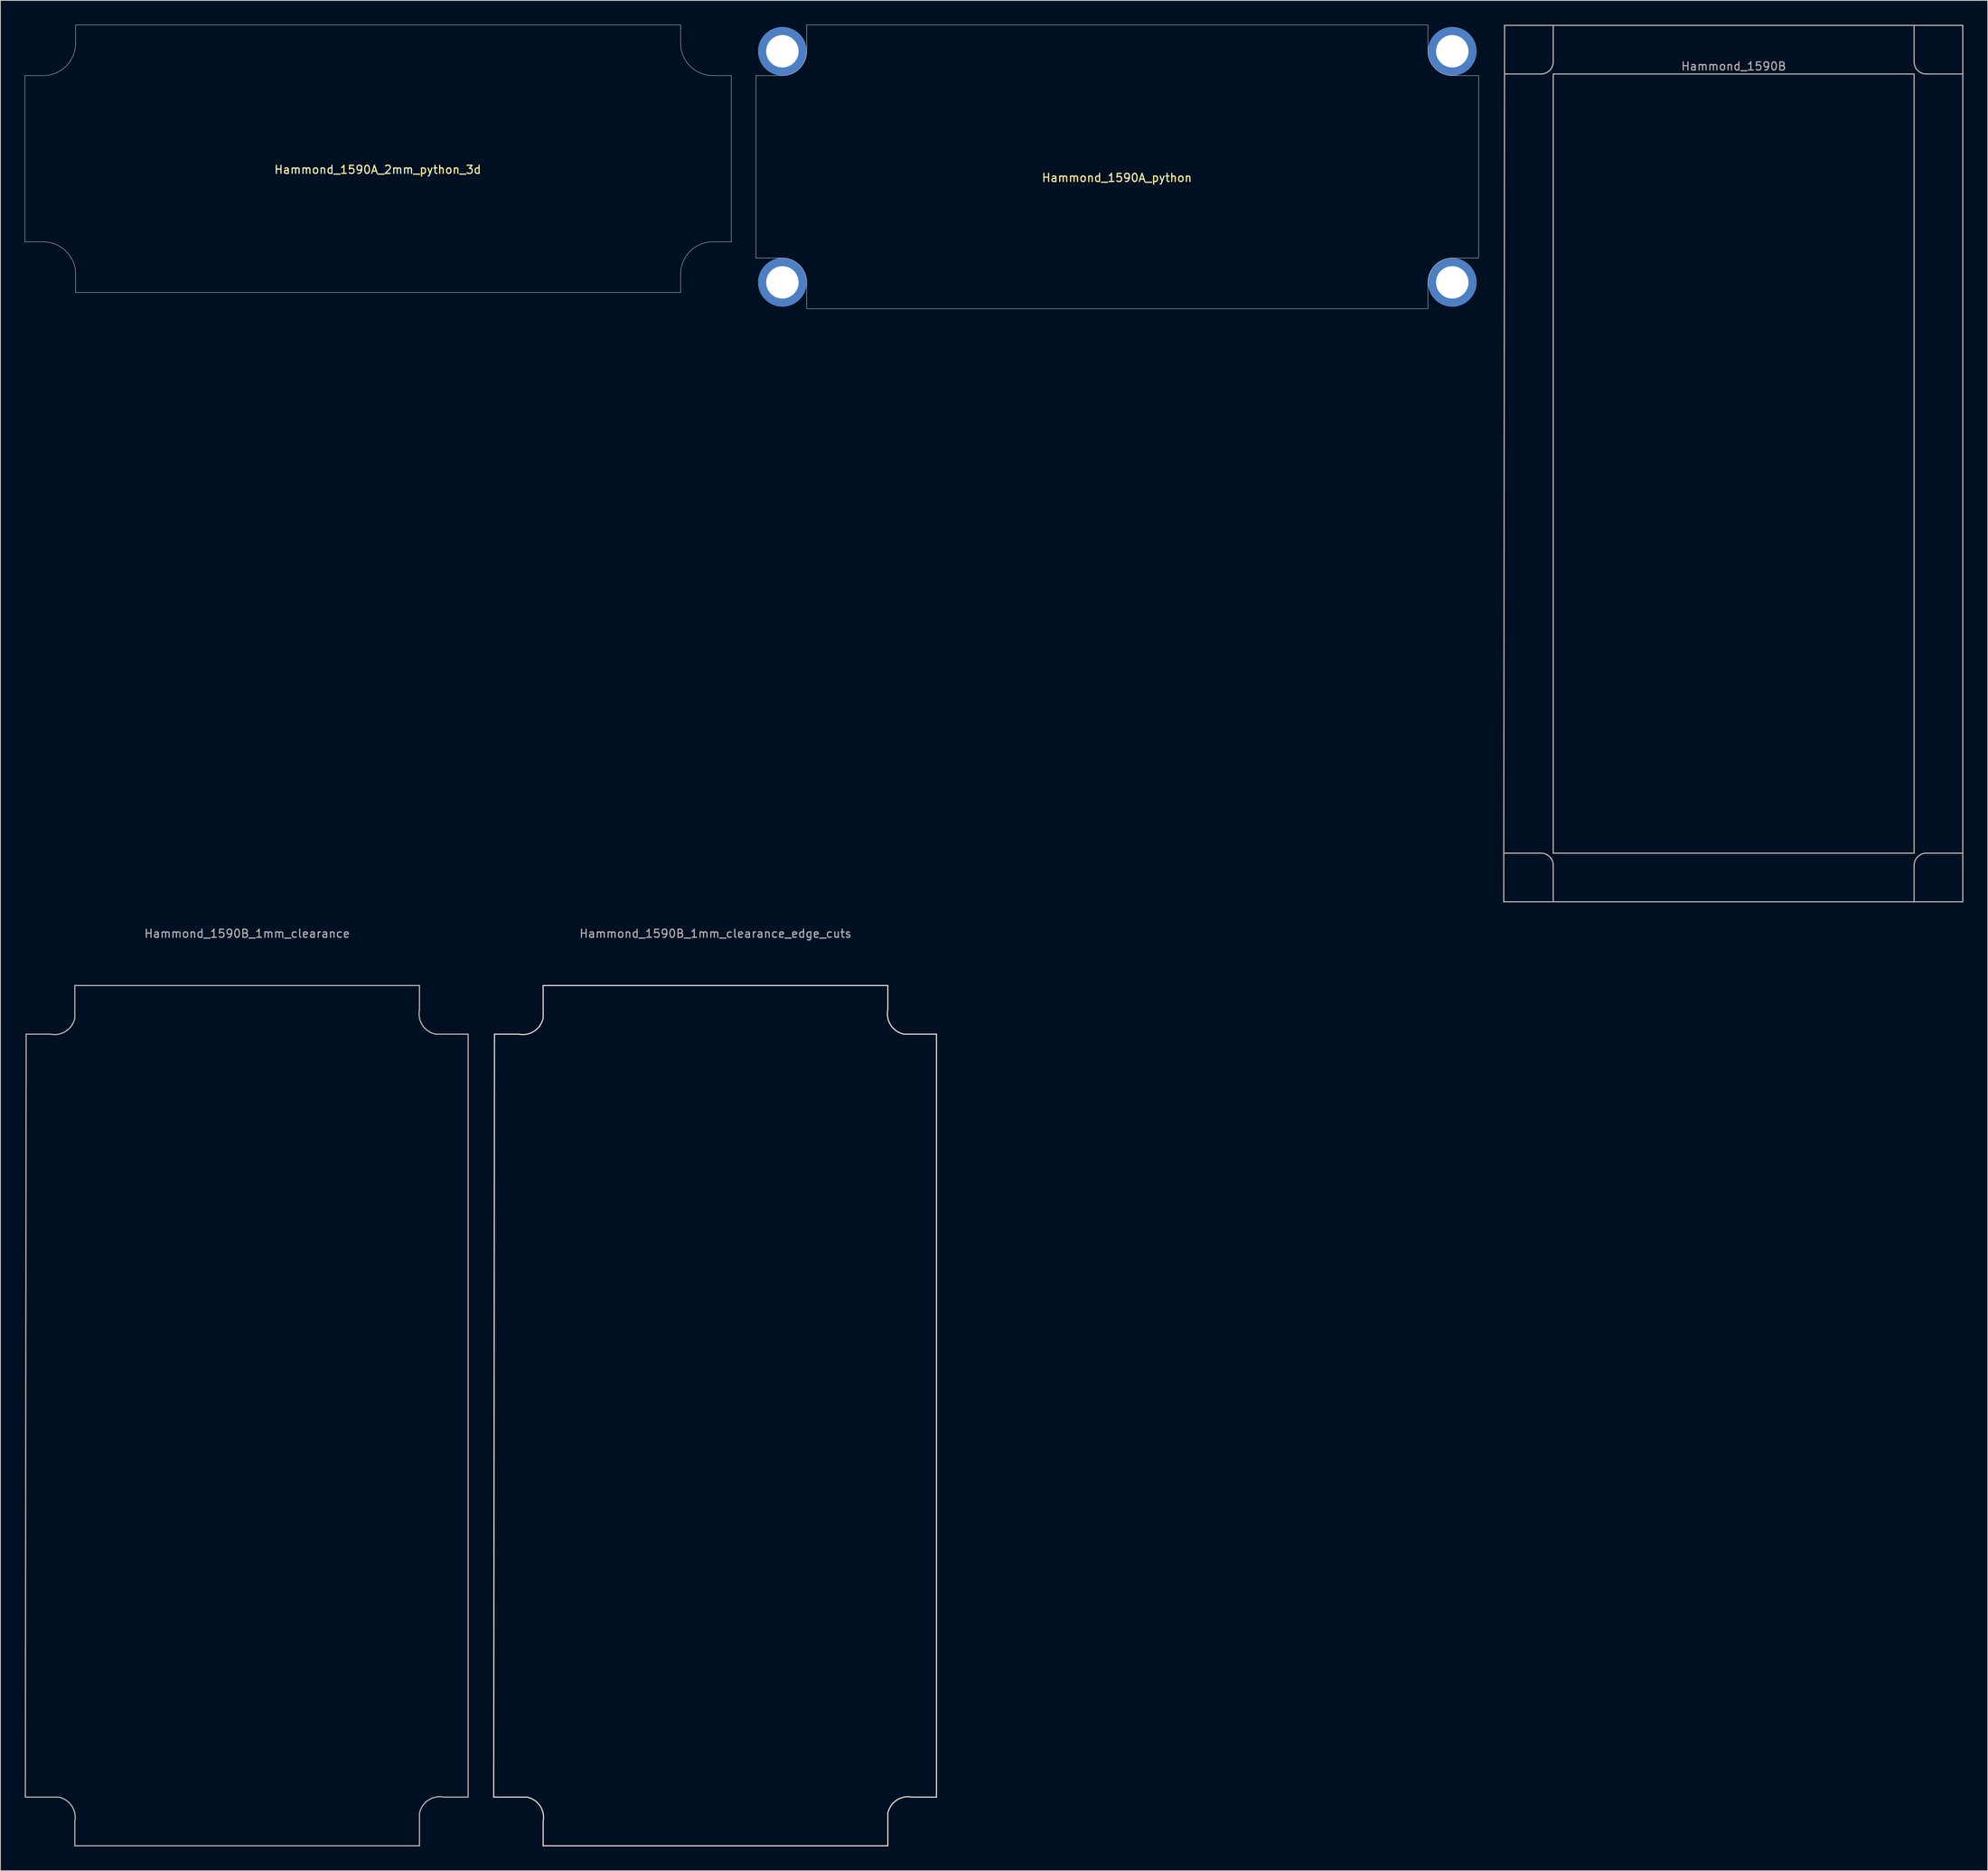
<source format=kicad_pcb>
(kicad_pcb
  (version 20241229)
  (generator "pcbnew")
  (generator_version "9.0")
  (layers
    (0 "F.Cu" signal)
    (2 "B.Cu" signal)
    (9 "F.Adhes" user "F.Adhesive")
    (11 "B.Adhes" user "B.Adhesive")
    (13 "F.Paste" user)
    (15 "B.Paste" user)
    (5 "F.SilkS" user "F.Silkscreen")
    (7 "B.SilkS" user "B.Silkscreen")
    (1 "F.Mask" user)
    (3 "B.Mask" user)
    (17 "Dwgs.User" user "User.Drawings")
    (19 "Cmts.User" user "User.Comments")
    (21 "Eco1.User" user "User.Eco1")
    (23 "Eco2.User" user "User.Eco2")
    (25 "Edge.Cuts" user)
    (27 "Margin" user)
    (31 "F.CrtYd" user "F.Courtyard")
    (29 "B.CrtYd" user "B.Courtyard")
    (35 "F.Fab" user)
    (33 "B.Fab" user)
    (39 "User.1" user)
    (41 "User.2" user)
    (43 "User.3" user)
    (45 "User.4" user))
  (footprint "Hammond_1590A_2mm_python_3d"
    (layer "F.Cu")
    (at 43.575 16.525)
    (property "Reference" "Hammond_1590A_2mm_python_3d" (at -0.05 1.35 0) (layer "F.SilkS") (effects (font (size 1 1) (thickness 0.15))))
    (attr through_hole)
    (fp_line (start -43.55 -10.25) (end -43.55 10.25) (stroke (width 0.05) (type solid)) (layer "Edge.Cuts"))
    (fp_line (start -41.3 -10.25) (end -43.55 -10.25) (stroke (width 0.05) (type solid)) (layer "Edge.Cuts"))
    (fp_line (start -41.3 10.25) (end -43.55 10.25) (stroke (width 0.05) (type solid)) (layer "Edge.Cuts"))
    (fp_line (start -37.3 -16.5) (end 37.3 -16.5) (stroke (width 0.05) (type solid)) (layer "Edge.Cuts"))
    (fp_line (start -37.3 -14.25) (end -37.3 -16.5) (stroke (width 0.05) (type solid)) (layer "Edge.Cuts"))
    (fp_line (start -37.3 14.25) (end -37.3 16.5) (stroke (width 0.05) (type solid)) (layer "Edge.Cuts"))
    (fp_line (start -37.3 16.5) (end 37.3 16.5) (stroke (width 0.05) (type solid)) (layer "Edge.Cuts"))
    (fp_line (start 37.3 -14.25) (end 37.3 -16.5) (stroke (width 0.05) (type solid)) (layer "Edge.Cuts"))
    (fp_line (start 37.3 14.25) (end 37.3 16.5) (stroke (width 0.05) (type solid)) (layer "Edge.Cuts"))
    (fp_line (start 41.3 -10.25) (end 43.55 -10.25) (stroke (width 0.05) (type solid)) (layer "Edge.Cuts"))
    (fp_line (start 41.3 10.25) (end 43.55 10.25) (stroke (width 0.05) (type solid)) (layer "Edge.Cuts"))
    (fp_line (start 43.55 -10.25) (end 43.55 10.25) (stroke (width 0.05) (type solid)) (layer "Edge.Cuts"))
    (fp_arc (start -41.3 10.25) (mid -38.471573 11.421573) (end -37.3 14.25) (stroke (width 0.05) (type solid)) (layer "Edge.Cuts"))
    (fp_arc (start -37.3 -14.25) (mid -38.471573 -11.421573) (end -41.3 -10.25) (stroke (width 0.05) (type solid)) (layer "Edge.Cuts"))
    (fp_arc (start 37.3 14.25) (mid 38.471573 11.421573) (end 41.3 10.25) (stroke (width 0.05) (type solid)) (layer "Edge.Cuts"))
    (fp_arc (start 41.3 -10.25) (mid 38.471573 -11.421573) (end 37.3 -14.25) (stroke (width 0.05) (type solid)) (layer "Edge.Cuts")))
  (footprint "Hammond_1590B"
    (layer "F.Cu")
    (at 210.725 54.125)
    (property "Reference" "Hammond_1590B" (at 0 -49 0) (layer "F.Fab") (effects (font (size 1 1) (thickness 0.15))))
    (attr through_hole)
    (fp_line (start -28.35 54.05) (end 28.25 54.05) (stroke (width 0.15) (type solid)) (layer "F.Fab"))
    (fp_line (start -28.25 -54.05) (end -28.35 54.05) (stroke (width 0.15) (type solid)) (layer "F.Fab"))
    (fp_line (start -23.75 -48.05) (end -28.25 -48.05) (stroke (width 0.15) (type solid)) (layer "F.Fab"))
    (fp_line (start -23.75 48.05) (end -28.35 48.05) (stroke (width 0.15) (type solid)) (layer "F.Fab"))
    (fp_line (start -22.25 -49.55) (end -22.25 -54.05) (stroke (width 0.15) (type solid)) (layer "F.Fab"))
    (fp_line (start -22.25 -48.05) (end -22.25 48.05) (stroke (width 0.15) (type solid)) (layer "F.Fab"))
    (fp_line (start -22.25 48.05) (end 22.25 48.05) (stroke (width 0.15) (type solid)) (layer "F.Fab"))
    (fp_line (start -22.25 49.55) (end -22.25 54.05) (stroke (width 0.15) (type solid)) (layer "F.Fab"))
    (fp_line (start 22.25 -49.55) (end 22.25 -54.05) (stroke (width 0.15) (type solid)) (layer "F.Fab"))
    (fp_line (start 22.25 -48.05) (end -22.25 -48.05) (stroke (width 0.15) (type solid)) (layer "F.Fab"))
    (fp_line (start 22.25 48.05) (end 22.25 -48.05) (stroke (width 0.15) (type solid)) (layer "F.Fab"))
    (fp_line (start 22.25 49.55) (end 22.25 54.05) (stroke (width 0.15) (type solid)) (layer "F.Fab"))
    (fp_line (start 23.75 -48.05) (end 28.25 -48.05) (stroke (width 0.15) (type solid)) (layer "F.Fab"))
    (fp_line (start 23.75 48.05) (end 28.25 48.05) (stroke (width 0.15) (type solid)) (layer "F.Fab"))
    (fp_line (start 28.25 -54.05) (end -28.25 -54.05) (stroke (width 0.15) (type solid)) (layer "F.Fab"))
    (fp_line (start 28.25 54.05) (end 28.25 -54.05) (stroke (width 0.15) (type solid)) (layer "F.Fab"))
    (fp_arc (start -23.75 48.05) (mid -22.68934 48.48934) (end -22.25 49.55) (stroke (width 0.15) (type solid)) (layer "F.Fab"))
    (fp_arc (start -22.25 -49.55) (mid -22.68934 -48.48934) (end -23.75 -48.05) (stroke (width 0.15) (type solid)) (layer "F.Fab"))
    (fp_arc (start 22.25 49.55) (mid 22.68934 48.48934) (end 23.75 48.05) (stroke (width 0.15) (type solid)) (layer "F.Fab"))
    (fp_arc (start 23.75 -48.05) (mid 22.68934 -48.48934) (end 22.25 -49.55) (stroke (width 0.15) (type solid)) (layer "F.Fab")))
  (footprint "Hammond_1590A_python"
    (layer "F.Cu")
    (at 134.725 17.525)
    (property "Reference" "Hammond_1590A_python" (at -0.05 1.35 0) (layer "F.SilkS") (effects (font (size 1 1) (thickness 0.15))))
    (attr through_hole)
    (fp_line (start -44.55 -11.25) (end -44.55 11.25) (stroke (width 0.05) (type solid)) (layer "Edge.Cuts"))
    (fp_line (start -41.3 -11.25) (end -44.55 -11.25) (stroke (width 0.05) (type solid)) (layer "Edge.Cuts"))
    (fp_line (start -41.3 11.25) (end -44.55 11.25) (stroke (width 0.05) (type solid)) (layer "Edge.Cuts"))
    (fp_line (start -38.3 -17.5) (end 38.3 -17.5) (stroke (width 0.05) (type solid)) (layer "Edge.Cuts"))
    (fp_line (start -38.3 -14.25) (end -38.3 -17.5) (stroke (width 0.05) (type solid)) (layer "Edge.Cuts"))
    (fp_line (start -38.3 14.25) (end -38.3 17.5) (stroke (width 0.05) (type solid)) (layer "Edge.Cuts"))
    (fp_line (start -38.3 17.5) (end 38.3 17.5) (stroke (width 0.05) (type solid)) (layer "Edge.Cuts"))
    (fp_line (start 38.3 -14.25) (end 38.3 -17.5) (stroke (width 0.05) (type solid)) (layer "Edge.Cuts"))
    (fp_line (start 38.3 14.25) (end 38.3 17.5) (stroke (width 0.05) (type solid)) (layer "Edge.Cuts"))
    (fp_line (start 41.3 -11.25) (end 44.55 -11.25) (stroke (width 0.05) (type solid)) (layer "Edge.Cuts"))
    (fp_line (start 41.3 11.25) (end 44.55 11.25) (stroke (width 0.05) (type solid)) (layer "Edge.Cuts"))
    (fp_line (start 44.55 -11.25) (end 44.55 11.25) (stroke (width 0.05) (type solid)) (layer "Edge.Cuts"))
    (fp_arc (start -41.3 11.25) (mid -39.17868 12.12868) (end -38.3 14.25) (stroke (width 0.05) (type solid)) (layer "Edge.Cuts"))
    (fp_arc (start -38.3 -14.25) (mid -39.17868 -12.12868) (end -41.3 -11.25) (stroke (width 0.05) (type solid)) (layer "Edge.Cuts"))
    (fp_arc (start 38.3 14.25) (mid 39.17868 12.12868) (end 41.3 11.25) (stroke (width 0.05) (type solid)) (layer "Edge.Cuts"))
    (fp_arc (start 41.3 -11.25) (mid 39.17868 -12.12868) (end 38.3 -14.25) (stroke (width 0.05) (type solid)) (layer "Edge.Cuts"))
    (pad "1" thru_hole circle (at -41.3 -14.25) (size 6 6) (drill 4) (layers "*.Cu"))
    (pad "1" thru_hole circle (at -41.3 14.25) (size 6 6) (drill 4) (layers "*.Cu"))
    (pad "1" thru_hole circle (at 41.3 -14.25) (size 6 6) (drill 4) (layers "*.Cu"))
    (pad "1" thru_hole circle (at 41.3 14.25) (size 6 6) (drill 4) (layers "*.Cu")))
  (footprint "Hammond_1590B_1mm_clearance_edge_cuts"
    (layer "F.Cu")
    (at 85.175 171.548)
    (property "Reference" "Hammond_1590B_1mm_clearance_edge_cuts" (at 0 -59.45 0) (layer "F.Fab") (effects (font (size 1 1) (thickness 0.15))))
    (attr through_hole)
    (fp_line (start -27.35 47.05) (end -27.25 -47.05) (stroke (width 0.15) (type solid)) (layer "Edge.Cuts"))
    (fp_line (start -24.25 -47.05) (end -27.25 -47.05) (stroke (width 0.15) (type solid)) (layer "Edge.Cuts"))
    (fp_line (start -23.25 47.05) (end -27.35 47.05) (stroke (width 0.15) (type solid)) (layer "Edge.Cuts"))
    (fp_line (start -21.25 -53.05) (end 21.25 -53.05) (stroke (width 0.15) (type solid)) (layer "Edge.Cuts"))
    (fp_line (start -21.25 -49.05) (end -21.25 -53.05) (stroke (width 0.15) (type solid)) (layer "Edge.Cuts"))
    (fp_line (start -21.25 50.05) (end -21.25 53.05) (stroke (width 0.15) (type solid)) (layer "Edge.Cuts"))
    (fp_line (start 21.25 -50.05) (end 21.25 -53.05) (stroke (width 0.15) (type solid)) (layer "Edge.Cuts"))
    (fp_line (start 21.25 49.05) (end 21.25 53.05) (stroke (width 0.15) (type solid)) (layer "Edge.Cuts"))
    (fp_line (start 21.25 53.05) (end -21.25 53.05) (stroke (width 0.15) (type solid)) (layer "Edge.Cuts"))
    (fp_line (start 23.25 -47.05) (end 27.25 -47.05) (stroke (width 0.15) (type solid)) (layer "Edge.Cuts"))
    (fp_line (start 24.25 47.05) (end 27.25 47.05) (stroke (width 0.15) (type solid)) (layer "Edge.Cuts"))
    (fp_line (start 27.25 -47.05) (end 27.25 47.05) (stroke (width 0.15) (type solid)) (layer "Edge.Cuts"))
    (fp_arc (start -23.25 47.05) (mid -21.62868 48.135786) (end -21.25 50.05) (stroke (width 0.15) (type solid)) (layer "Edge.Cuts"))
    (fp_arc (start -21.25 -49.05) (mid -22.335786 -47.42868) (end -24.25 -47.05) (stroke (width 0.15) (type solid)) (layer "Edge.Cuts"))
    (fp_arc (start 21.25 49.05) (mid 22.335786 47.42868) (end 24.25 47.05) (stroke (width 0.15) (type solid)) (layer "Edge.Cuts"))
    (fp_arc (start 23.25 -47.05) (mid 21.62868 -48.135786) (end 21.25 -50.05) (stroke (width 0.15) (type solid)) (layer "Edge.Cuts")))
  (footprint "Hammond_1590B_1mm_clearance"
    (layer "F.Cu")
    (at 27.425 171.548)
    (property "Reference" "Hammond_1590B_1mm_clearance" (at 0 -59.45 0) (layer "F.Fab") (effects (font (size 1 1) (thickness 0.15))))
    (attr through_hole)
    (fp_line (start -27.35 47.05) (end -27.25 -47.05) (stroke (width 0.15) (type solid)) (layer "F.Fab"))
    (fp_line (start -24.25 -47.05) (end -27.25 -47.05) (stroke (width 0.15) (type solid)) (layer "F.Fab"))
    (fp_line (start -23.25 47.05) (end -27.35 47.05) (stroke (width 0.15) (type solid)) (layer "F.Fab"))
    (fp_line (start -21.25 -53.05) (end 21.25 -53.05) (stroke (width 0.15) (type solid)) (layer "F.Fab"))
    (fp_line (start -21.25 -49.05) (end -21.25 -53.05) (stroke (width 0.15) (type solid)) (layer "F.Fab"))
    (fp_line (start -21.25 50.05) (end -21.25 53.05) (stroke (width 0.15) (type solid)) (layer "F.Fab"))
    (fp_line (start 21.25 -50.05) (end 21.25 -53.05) (stroke (width 0.15) (type solid)) (layer "F.Fab"))
    (fp_line (start 21.25 49.05) (end 21.25 53.05) (stroke (width 0.15) (type solid)) (layer "F.Fab"))
    (fp_line (start 21.25 53.05) (end -21.25 53.05) (stroke (width 0.15) (type solid)) (layer "F.Fab"))
    (fp_line (start 23.25 -47.05) (end 27.25 -47.05) (stroke (width 0.15) (type solid)) (layer "F.Fab"))
    (fp_line (start 24.25 47.05) (end 27.25 47.05) (stroke (width 0.15) (type solid)) (layer "F.Fab"))
    (fp_line (start 27.25 -47.05) (end 27.25 47.05) (stroke (width 0.15) (type solid)) (layer "F.Fab"))
    (fp_arc (start -23.25 47.05) (mid -21.62868 48.135786) (end -21.25 50.05) (stroke (width 0.15) (type solid)) (layer "F.Fab"))
    (fp_arc (start -21.25 -49.05) (mid -22.335786 -47.42868) (end -24.25 -47.05) (stroke (width 0.15) (type solid)) (layer "F.Fab"))
    (fp_arc (start 21.25 49.05) (mid 22.335786 47.42868) (end 24.25 47.05) (stroke (width 0.15) (type solid)) (layer "F.Fab"))
    (fp_arc (start 23.25 -47.05) (mid 21.62868 -48.135786) (end 21.25 -50.05) (stroke (width 0.15) (type solid)) (layer "F.Fab")))
  (gr_rect
    (start -3 -3)
    (end 242.05 227.673)
    (stroke (width 0.1) (type default))
    (fill no)
    (layer "Edge.Cuts")))
</source>
